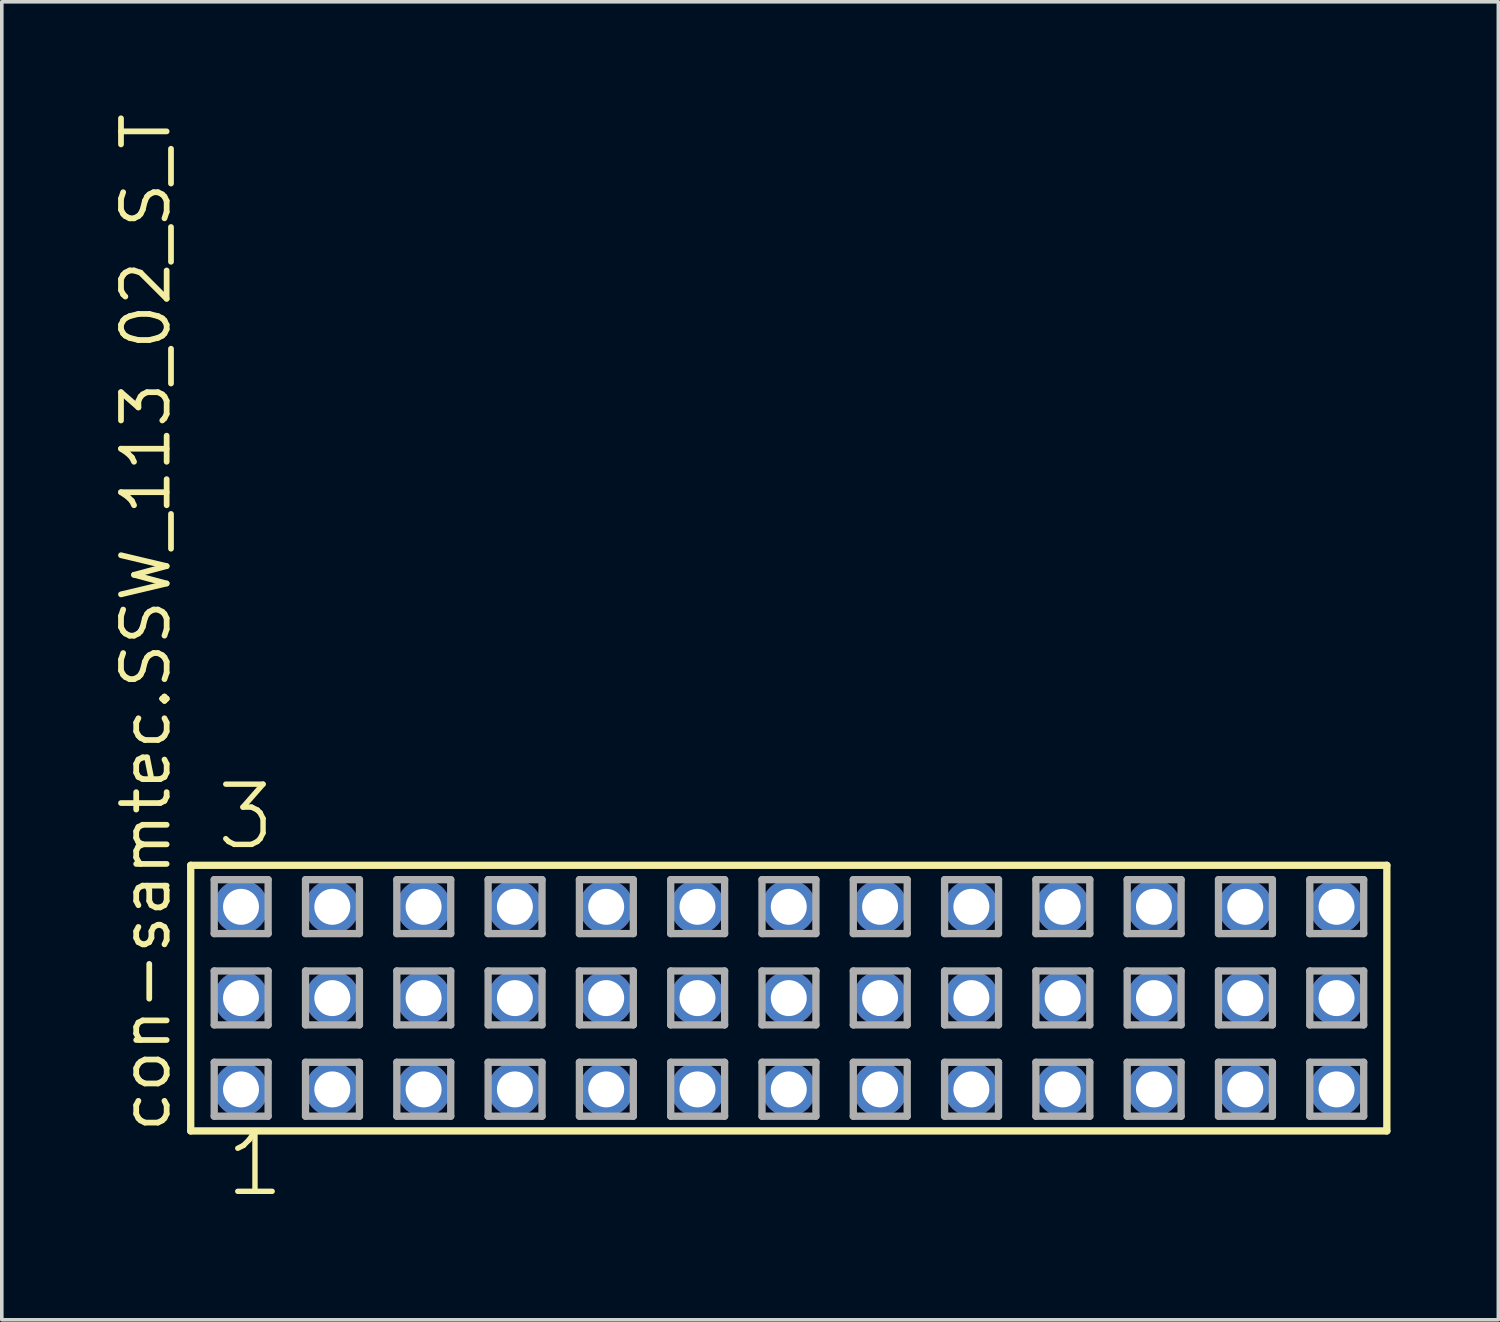
<source format=kicad_pcb>
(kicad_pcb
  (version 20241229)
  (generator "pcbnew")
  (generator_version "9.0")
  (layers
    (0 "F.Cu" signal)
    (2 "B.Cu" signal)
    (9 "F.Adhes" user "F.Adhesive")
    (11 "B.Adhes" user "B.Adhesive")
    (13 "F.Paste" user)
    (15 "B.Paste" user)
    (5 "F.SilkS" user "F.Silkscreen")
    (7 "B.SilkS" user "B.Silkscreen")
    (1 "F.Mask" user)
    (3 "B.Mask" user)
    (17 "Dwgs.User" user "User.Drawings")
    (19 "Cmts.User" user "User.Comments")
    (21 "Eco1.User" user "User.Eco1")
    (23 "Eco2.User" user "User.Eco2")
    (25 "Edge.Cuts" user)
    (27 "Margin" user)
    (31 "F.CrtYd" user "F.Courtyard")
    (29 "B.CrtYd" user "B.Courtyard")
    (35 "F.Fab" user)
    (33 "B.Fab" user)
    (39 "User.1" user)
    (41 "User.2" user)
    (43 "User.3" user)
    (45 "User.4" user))
  (footprint "con-samtec.SSW_113_02_S_T"
    (layer "F.Cu")
    (at 18.895 24.719)
    (property "Reference" "con-samtec.SSW_113_02_S_T" (at -17.145 3.81 90) (layer "F.SilkS") (effects (font (size 1.27 1.27) (thickness 0.16)) (justify left bottom)))
    (attr through_hole)
    (fp_line (start -16.639 -3.695) (end 16.639 -3.695) (stroke (width 0.203) (type default)) (layer "F.SilkS"))
    (fp_line (start -16.639 3.695) (end -16.639 -3.695) (stroke (width 0.203) (type default)) (layer "F.SilkS"))
    (fp_line (start 16.639 -3.695) (end 16.639 3.695) (stroke (width 0.203) (type default)) (layer "F.SilkS"))
    (fp_line (start 16.639 3.695) (end -16.639 3.695) (stroke (width 0.203) (type default)) (layer "F.SilkS"))
    (fp_line (start -15.985 -3.295) (end -14.485 -3.295) (stroke (width 0.203) (type default)) (layer "F.Fab"))
    (fp_line (start -15.985 -1.795) (end -15.985 -3.295) (stroke (width 0.203) (type default)) (layer "F.Fab"))
    (fp_line (start -15.985 -0.755) (end -14.485 -0.755) (stroke (width 0.203) (type default)) (layer "F.Fab"))
    (fp_line (start -15.985 0.745) (end -15.985 -0.755) (stroke (width 0.203) (type default)) (layer "F.Fab"))
    (fp_line (start -15.985 1.785) (end -14.485 1.785) (stroke (width 0.203) (type default)) (layer "F.Fab"))
    (fp_line (start -15.985 3.285) (end -15.985 1.785) (stroke (width 0.203) (type default)) (layer "F.Fab"))
    (fp_line (start -14.485 -3.295) (end -14.485 -1.795) (stroke (width 0.203) (type default)) (layer "F.Fab"))
    (fp_line (start -14.485 -1.795) (end -15.985 -1.795) (stroke (width 0.203) (type default)) (layer "F.Fab"))
    (fp_line (start -14.485 -0.755) (end -14.485 0.745) (stroke (width 0.203) (type default)) (layer "F.Fab"))
    (fp_line (start -14.485 0.745) (end -15.985 0.745) (stroke (width 0.203) (type default)) (layer "F.Fab"))
    (fp_line (start -14.485 1.785) (end -14.485 3.285) (stroke (width 0.203) (type default)) (layer "F.Fab"))
    (fp_line (start -14.485 3.285) (end -15.985 3.285) (stroke (width 0.203) (type default)) (layer "F.Fab"))
    (fp_line (start -13.445 -3.295) (end -11.945 -3.295) (stroke (width 0.203) (type default)) (layer "F.Fab"))
    (fp_line (start -13.445 -1.795) (end -13.445 -3.295) (stroke (width 0.203) (type default)) (layer "F.Fab"))
    (fp_line (start -13.445 -0.755) (end -11.945 -0.755) (stroke (width 0.203) (type default)) (layer "F.Fab"))
    (fp_line (start -13.445 0.745) (end -13.445 -0.755) (stroke (width 0.203) (type default)) (layer "F.Fab"))
    (fp_line (start -13.445 1.785) (end -11.945 1.785) (stroke (width 0.203) (type default)) (layer "F.Fab"))
    (fp_line (start -13.445 3.285) (end -13.445 1.785) (stroke (width 0.203) (type default)) (layer "F.Fab"))
    (fp_line (start -11.945 -3.295) (end -11.945 -1.795) (stroke (width 0.203) (type default)) (layer "F.Fab"))
    (fp_line (start -11.945 -1.795) (end -13.445 -1.795) (stroke (width 0.203) (type default)) (layer "F.Fab"))
    (fp_line (start -11.945 -0.755) (end -11.945 0.745) (stroke (width 0.203) (type default)) (layer "F.Fab"))
    (fp_line (start -11.945 0.745) (end -13.445 0.745) (stroke (width 0.203) (type default)) (layer "F.Fab"))
    (fp_line (start -11.945 1.785) (end -11.945 3.285) (stroke (width 0.203) (type default)) (layer "F.Fab"))
    (fp_line (start -11.945 3.285) (end -13.445 3.285) (stroke (width 0.203) (type default)) (layer "F.Fab"))
    (fp_line (start -10.905 -3.295) (end -9.405 -3.295) (stroke (width 0.203) (type default)) (layer "F.Fab"))
    (fp_line (start -10.905 -1.795) (end -10.905 -3.295) (stroke (width 0.203) (type default)) (layer "F.Fab"))
    (fp_line (start -10.905 -0.755) (end -9.405 -0.755) (stroke (width 0.203) (type default)) (layer "F.Fab"))
    (fp_line (start -10.905 0.745) (end -10.905 -0.755) (stroke (width 0.203) (type default)) (layer "F.Fab"))
    (fp_line (start -10.905 1.785) (end -9.405 1.785) (stroke (width 0.203) (type default)) (layer "F.Fab"))
    (fp_line (start -10.905 3.285) (end -10.905 1.785) (stroke (width 0.203) (type default)) (layer "F.Fab"))
    (fp_line (start -9.405 -3.295) (end -9.405 -1.795) (stroke (width 0.203) (type default)) (layer "F.Fab"))
    (fp_line (start -9.405 -1.795) (end -10.905 -1.795) (stroke (width 0.203) (type default)) (layer "F.Fab"))
    (fp_line (start -9.405 -0.755) (end -9.405 0.745) (stroke (width 0.203) (type default)) (layer "F.Fab"))
    (fp_line (start -9.405 0.745) (end -10.905 0.745) (stroke (width 0.203) (type default)) (layer "F.Fab"))
    (fp_line (start -9.405 1.785) (end -9.405 3.285) (stroke (width 0.203) (type default)) (layer "F.Fab"))
    (fp_line (start -9.405 3.285) (end -10.905 3.285) (stroke (width 0.203) (type default)) (layer "F.Fab"))
    (fp_line (start -8.365 -3.295) (end -6.865 -3.295) (stroke (width 0.203) (type default)) (layer "F.Fab"))
    (fp_line (start -8.365 -1.795) (end -8.365 -3.295) (stroke (width 0.203) (type default)) (layer "F.Fab"))
    (fp_line (start -8.365 -0.755) (end -6.865 -0.755) (stroke (width 0.203) (type default)) (layer "F.Fab"))
    (fp_line (start -8.365 0.745) (end -8.365 -0.755) (stroke (width 0.203) (type default)) (layer "F.Fab"))
    (fp_line (start -8.365 1.785) (end -6.865 1.785) (stroke (width 0.203) (type default)) (layer "F.Fab"))
    (fp_line (start -8.365 3.285) (end -8.365 1.785) (stroke (width 0.203) (type default)) (layer "F.Fab"))
    (fp_line (start -6.865 -3.295) (end -6.865 -1.795) (stroke (width 0.203) (type default)) (layer "F.Fab"))
    (fp_line (start -6.865 -1.795) (end -8.365 -1.795) (stroke (width 0.203) (type default)) (layer "F.Fab"))
    (fp_line (start -6.865 -0.755) (end -6.865 0.745) (stroke (width 0.203) (type default)) (layer "F.Fab"))
    (fp_line (start -6.865 0.745) (end -8.365 0.745) (stroke (width 0.203) (type default)) (layer "F.Fab"))
    (fp_line (start -6.865 1.785) (end -6.865 3.285) (stroke (width 0.203) (type default)) (layer "F.Fab"))
    (fp_line (start -6.865 3.285) (end -8.365 3.285) (stroke (width 0.203) (type default)) (layer "F.Fab"))
    (fp_line (start -5.825 -3.295) (end -4.325 -3.295) (stroke (width 0.203) (type default)) (layer "F.Fab"))
    (fp_line (start -5.825 -1.795) (end -5.825 -3.295) (stroke (width 0.203) (type default)) (layer "F.Fab"))
    (fp_line (start -5.825 -0.755) (end -4.325 -0.755) (stroke (width 0.203) (type default)) (layer "F.Fab"))
    (fp_line (start -5.825 0.745) (end -5.825 -0.755) (stroke (width 0.203) (type default)) (layer "F.Fab"))
    (fp_line (start -5.825 1.785) (end -4.325 1.785) (stroke (width 0.203) (type default)) (layer "F.Fab"))
    (fp_line (start -5.825 3.285) (end -5.825 1.785) (stroke (width 0.203) (type default)) (layer "F.Fab"))
    (fp_line (start -4.325 -3.295) (end -4.325 -1.795) (stroke (width 0.203) (type default)) (layer "F.Fab"))
    (fp_line (start -4.325 -1.795) (end -5.825 -1.795) (stroke (width 0.203) (type default)) (layer "F.Fab"))
    (fp_line (start -4.325 -0.755) (end -4.325 0.745) (stroke (width 0.203) (type default)) (layer "F.Fab"))
    (fp_line (start -4.325 0.745) (end -5.825 0.745) (stroke (width 0.203) (type default)) (layer "F.Fab"))
    (fp_line (start -4.325 1.785) (end -4.325 3.285) (stroke (width 0.203) (type default)) (layer "F.Fab"))
    (fp_line (start -4.325 3.285) (end -5.825 3.285) (stroke (width 0.203) (type default)) (layer "F.Fab"))
    (fp_line (start -3.285 -3.295) (end -1.785 -3.295) (stroke (width 0.203) (type default)) (layer "F.Fab"))
    (fp_line (start -3.285 -1.795) (end -3.285 -3.295) (stroke (width 0.203) (type default)) (layer "F.Fab"))
    (fp_line (start -3.285 -0.755) (end -1.785 -0.755) (stroke (width 0.203) (type default)) (layer "F.Fab"))
    (fp_line (start -3.285 0.745) (end -3.285 -0.755) (stroke (width 0.203) (type default)) (layer "F.Fab"))
    (fp_line (start -3.285 1.785) (end -1.785 1.785) (stroke (width 0.203) (type default)) (layer "F.Fab"))
    (fp_line (start -3.285 3.285) (end -3.285 1.785) (stroke (width 0.203) (type default)) (layer "F.Fab"))
    (fp_line (start -1.785 -3.295) (end -1.785 -1.795) (stroke (width 0.203) (type default)) (layer "F.Fab"))
    (fp_line (start -1.785 -1.795) (end -3.285 -1.795) (stroke (width 0.203) (type default)) (layer "F.Fab"))
    (fp_line (start -1.785 -0.755) (end -1.785 0.745) (stroke (width 0.203) (type default)) (layer "F.Fab"))
    (fp_line (start -1.785 0.745) (end -3.285 0.745) (stroke (width 0.203) (type default)) (layer "F.Fab"))
    (fp_line (start -1.785 1.785) (end -1.785 3.285) (stroke (width 0.203) (type default)) (layer "F.Fab"))
    (fp_line (start -1.785 3.285) (end -3.285 3.285) (stroke (width 0.203) (type default)) (layer "F.Fab"))
    (fp_line (start -0.745 -3.295) (end 0.755 -3.295) (stroke (width 0.203) (type default)) (layer "F.Fab"))
    (fp_line (start -0.745 -1.795) (end -0.745 -3.295) (stroke (width 0.203) (type default)) (layer "F.Fab"))
    (fp_line (start -0.745 -0.755) (end 0.755 -0.755) (stroke (width 0.203) (type default)) (layer "F.Fab"))
    (fp_line (start -0.745 0.745) (end -0.745 -0.755) (stroke (width 0.203) (type default)) (layer "F.Fab"))
    (fp_line (start -0.745 1.785) (end 0.755 1.785) (stroke (width 0.203) (type default)) (layer "F.Fab"))
    (fp_line (start -0.745 3.285) (end -0.745 1.785) (stroke (width 0.203) (type default)) (layer "F.Fab"))
    (fp_line (start 0.755 -3.295) (end 0.755 -1.795) (stroke (width 0.203) (type default)) (layer "F.Fab"))
    (fp_line (start 0.755 -1.795) (end -0.745 -1.795) (stroke (width 0.203) (type default)) (layer "F.Fab"))
    (fp_line (start 0.755 -0.755) (end 0.755 0.745) (stroke (width 0.203) (type default)) (layer "F.Fab"))
    (fp_line (start 0.755 0.745) (end -0.745 0.745) (stroke (width 0.203) (type default)) (layer "F.Fab"))
    (fp_line (start 0.755 1.785) (end 0.755 3.285) (stroke (width 0.203) (type default)) (layer "F.Fab"))
    (fp_line (start 0.755 3.285) (end -0.745 3.285) (stroke (width 0.203) (type default)) (layer "F.Fab"))
    (fp_line (start 1.795 -3.295) (end 3.295 -3.295) (stroke (width 0.203) (type default)) (layer "F.Fab"))
    (fp_line (start 1.795 -1.795) (end 1.795 -3.295) (stroke (width 0.203) (type default)) (layer "F.Fab"))
    (fp_line (start 1.795 -0.755) (end 3.295 -0.755) (stroke (width 0.203) (type default)) (layer "F.Fab"))
    (fp_line (start 1.795 0.745) (end 1.795 -0.755) (stroke (width 0.203) (type default)) (layer "F.Fab"))
    (fp_line (start 1.795 1.785) (end 3.295 1.785) (stroke (width 0.203) (type default)) (layer "F.Fab"))
    (fp_line (start 1.795 3.285) (end 1.795 1.785) (stroke (width 0.203) (type default)) (layer "F.Fab"))
    (fp_line (start 3.295 -3.295) (end 3.295 -1.795) (stroke (width 0.203) (type default)) (layer "F.Fab"))
    (fp_line (start 3.295 -1.795) (end 1.795 -1.795) (stroke (width 0.203) (type default)) (layer "F.Fab"))
    (fp_line (start 3.295 -0.755) (end 3.295 0.745) (stroke (width 0.203) (type default)) (layer "F.Fab"))
    (fp_line (start 3.295 0.745) (end 1.795 0.745) (stroke (width 0.203) (type default)) (layer "F.Fab"))
    (fp_line (start 3.295 1.785) (end 3.295 3.285) (stroke (width 0.203) (type default)) (layer "F.Fab"))
    (fp_line (start 3.295 3.285) (end 1.795 3.285) (stroke (width 0.203) (type default)) (layer "F.Fab"))
    (fp_line (start 4.335 -3.295) (end 5.835 -3.295) (stroke (width 0.203) (type default)) (layer "F.Fab"))
    (fp_line (start 4.335 -1.795) (end 4.335 -3.295) (stroke (width 0.203) (type default)) (layer "F.Fab"))
    (fp_line (start 4.335 -0.755) (end 5.835 -0.755) (stroke (width 0.203) (type default)) (layer "F.Fab"))
    (fp_line (start 4.335 0.745) (end 4.335 -0.755) (stroke (width 0.203) (type default)) (layer "F.Fab"))
    (fp_line (start 4.335 1.785) (end 5.835 1.785) (stroke (width 0.203) (type default)) (layer "F.Fab"))
    (fp_line (start 4.335 3.285) (end 4.335 1.785) (stroke (width 0.203) (type default)) (layer "F.Fab"))
    (fp_line (start 5.835 -3.295) (end 5.835 -1.795) (stroke (width 0.203) (type default)) (layer "F.Fab"))
    (fp_line (start 5.835 -1.795) (end 4.335 -1.795) (stroke (width 0.203) (type default)) (layer "F.Fab"))
    (fp_line (start 5.835 -0.755) (end 5.835 0.745) (stroke (width 0.203) (type default)) (layer "F.Fab"))
    (fp_line (start 5.835 0.745) (end 4.335 0.745) (stroke (width 0.203) (type default)) (layer "F.Fab"))
    (fp_line (start 5.835 1.785) (end 5.835 3.285) (stroke (width 0.203) (type default)) (layer "F.Fab"))
    (fp_line (start 5.835 3.285) (end 4.335 3.285) (stroke (width 0.203) (type default)) (layer "F.Fab"))
    (fp_line (start 6.875 -3.295) (end 8.375 -3.295) (stroke (width 0.203) (type default)) (layer "F.Fab"))
    (fp_line (start 6.875 -1.795) (end 6.875 -3.295) (stroke (width 0.203) (type default)) (layer "F.Fab"))
    (fp_line (start 6.875 -0.755) (end 8.375 -0.755) (stroke (width 0.203) (type default)) (layer "F.Fab"))
    (fp_line (start 6.875 0.745) (end 6.875 -0.755) (stroke (width 0.203) (type default)) (layer "F.Fab"))
    (fp_line (start 6.875 1.785) (end 8.375 1.785) (stroke (width 0.203) (type default)) (layer "F.Fab"))
    (fp_line (start 6.875 3.285) (end 6.875 1.785) (stroke (width 0.203) (type default)) (layer "F.Fab"))
    (fp_line (start 8.375 -3.295) (end 8.375 -1.795) (stroke (width 0.203) (type default)) (layer "F.Fab"))
    (fp_line (start 8.375 -1.795) (end 6.875 -1.795) (stroke (width 0.203) (type default)) (layer "F.Fab"))
    (fp_line (start 8.375 -0.755) (end 8.375 0.745) (stroke (width 0.203) (type default)) (layer "F.Fab"))
    (fp_line (start 8.375 0.745) (end 6.875 0.745) (stroke (width 0.203) (type default)) (layer "F.Fab"))
    (fp_line (start 8.375 1.785) (end 8.375 3.285) (stroke (width 0.203) (type default)) (layer "F.Fab"))
    (fp_line (start 8.375 3.285) (end 6.875 3.285) (stroke (width 0.203) (type default)) (layer "F.Fab"))
    (fp_line (start 9.415 -3.295) (end 10.915 -3.295) (stroke (width 0.203) (type default)) (layer "F.Fab"))
    (fp_line (start 9.415 -1.795) (end 9.415 -3.295) (stroke (width 0.203) (type default)) (layer "F.Fab"))
    (fp_line (start 9.415 -0.755) (end 10.915 -0.755) (stroke (width 0.203) (type default)) (layer "F.Fab"))
    (fp_line (start 9.415 0.745) (end 9.415 -0.755) (stroke (width 0.203) (type default)) (layer "F.Fab"))
    (fp_line (start 9.415 1.785) (end 10.915 1.785) (stroke (width 0.203) (type default)) (layer "F.Fab"))
    (fp_line (start 9.415 3.285) (end 9.415 1.785) (stroke (width 0.203) (type default)) (layer "F.Fab"))
    (fp_line (start 10.915 -3.295) (end 10.915 -1.795) (stroke (width 0.203) (type default)) (layer "F.Fab"))
    (fp_line (start 10.915 -1.795) (end 9.415 -1.795) (stroke (width 0.203) (type default)) (layer "F.Fab"))
    (fp_line (start 10.915 -0.755) (end 10.915 0.745) (stroke (width 0.203) (type default)) (layer "F.Fab"))
    (fp_line (start 10.915 0.745) (end 9.415 0.745) (stroke (width 0.203) (type default)) (layer "F.Fab"))
    (fp_line (start 10.915 1.785) (end 10.915 3.285) (stroke (width 0.203) (type default)) (layer "F.Fab"))
    (fp_line (start 10.915 3.285) (end 9.415 3.285) (stroke (width 0.203) (type default)) (layer "F.Fab"))
    (fp_line (start 11.955 -3.295) (end 13.455 -3.295) (stroke (width 0.203) (type default)) (layer "F.Fab"))
    (fp_line (start 11.955 -1.795) (end 11.955 -3.295) (stroke (width 0.203) (type default)) (layer "F.Fab"))
    (fp_line (start 11.955 -0.755) (end 13.455 -0.755) (stroke (width 0.203) (type default)) (layer "F.Fab"))
    (fp_line (start 11.955 0.745) (end 11.955 -0.755) (stroke (width 0.203) (type default)) (layer "F.Fab"))
    (fp_line (start 11.955 1.785) (end 13.455 1.785) (stroke (width 0.203) (type default)) (layer "F.Fab"))
    (fp_line (start 11.955 3.285) (end 11.955 1.785) (stroke (width 0.203) (type default)) (layer "F.Fab"))
    (fp_line (start 13.455 -3.295) (end 13.455 -1.795) (stroke (width 0.203) (type default)) (layer "F.Fab"))
    (fp_line (start 13.455 -1.795) (end 11.955 -1.795) (stroke (width 0.203) (type default)) (layer "F.Fab"))
    (fp_line (start 13.455 -0.755) (end 13.455 0.745) (stroke (width 0.203) (type default)) (layer "F.Fab"))
    (fp_line (start 13.455 0.745) (end 11.955 0.745) (stroke (width 0.203) (type default)) (layer "F.Fab"))
    (fp_line (start 13.455 1.785) (end 13.455 3.285) (stroke (width 0.203) (type default)) (layer "F.Fab"))
    (fp_line (start 13.455 3.285) (end 11.955 3.285) (stroke (width 0.203) (type default)) (layer "F.Fab"))
    (fp_line (start 14.495 -3.295) (end 15.995 -3.295) (stroke (width 0.203) (type default)) (layer "F.Fab"))
    (fp_line (start 14.495 -1.795) (end 14.495 -3.295) (stroke (width 0.203) (type default)) (layer "F.Fab"))
    (fp_line (start 14.495 -0.755) (end 15.995 -0.755) (stroke (width 0.203) (type default)) (layer "F.Fab"))
    (fp_line (start 14.495 0.745) (end 14.495 -0.755) (stroke (width 0.203) (type default)) (layer "F.Fab"))
    (fp_line (start 14.495 1.785) (end 15.995 1.785) (stroke (width 0.203) (type default)) (layer "F.Fab"))
    (fp_line (start 14.495 3.285) (end 14.495 1.785) (stroke (width 0.203) (type default)) (layer "F.Fab"))
    (fp_line (start 15.995 -3.295) (end 15.995 -1.795) (stroke (width 0.203) (type default)) (layer "F.Fab"))
    (fp_line (start 15.995 -1.795) (end 14.495 -1.795) (stroke (width 0.203) (type default)) (layer "F.Fab"))
    (fp_line (start 15.995 -0.755) (end 15.995 0.745) (stroke (width 0.203) (type default)) (layer "F.Fab"))
    (fp_line (start 15.995 0.745) (end 14.495 0.745) (stroke (width 0.203) (type default)) (layer "F.Fab"))
    (fp_line (start 15.995 1.785) (end 15.995 3.285) (stroke (width 0.203) (type default)) (layer "F.Fab"))
    (fp_line (start 15.995 3.285) (end 14.495 3.285) (stroke (width 0.203) (type default)) (layer "F.Fab"))
    (fp_text user "3" (at -16.002 -4.064 0) (layer "F.SilkS") (effects (font (size 1.676 1.676) (thickness 0.15)) (justify left bottom)))
    (fp_text user "1" (at -15.748 5.588 0) (layer "F.SilkS") (effects (font (size 1.676 1.676) (thickness 0.15)) (justify left bottom)))
    (pad "1" thru_hole circle (at -15.24 2.54) (size 1.5 1.5) (drill 1) (layers "*.Cu" "*.Mask"))
    (pad "2" thru_hole circle (at -15.24 0) (size 1.5 1.5) (drill 1) (layers "*.Cu" "*.Mask"))
    (pad "3" thru_hole circle (at -15.24 -2.54) (size 1.5 1.5) (drill 1) (layers "*.Cu" "*.Mask"))
    (pad "4" thru_hole circle (at -12.7 2.54) (size 1.5 1.5) (drill 1) (layers "*.Cu" "*.Mask"))
    (pad "5" thru_hole circle (at -12.7 0) (size 1.5 1.5) (drill 1) (layers "*.Cu" "*.Mask"))
    (pad "6" thru_hole circle (at -12.7 -2.54) (size 1.5 1.5) (drill 1) (layers "*.Cu" "*.Mask"))
    (pad "7" thru_hole circle (at -10.16 2.54) (size 1.5 1.5) (drill 1) (layers "*.Cu" "*.Mask"))
    (pad "8" thru_hole circle (at -10.16 0) (size 1.5 1.5) (drill 1) (layers "*.Cu" "*.Mask"))
    (pad "9" thru_hole circle (at -10.16 -2.54) (size 1.5 1.5) (drill 1) (layers "*.Cu" "*.Mask"))
    (pad "10" thru_hole circle (at -7.62 2.54) (size 1.5 1.5) (drill 1) (layers "*.Cu" "*.Mask"))
    (pad "11" thru_hole circle (at -7.62 0) (size 1.5 1.5) (drill 1) (layers "*.Cu" "*.Mask"))
    (pad "12" thru_hole circle (at -7.62 -2.54) (size 1.5 1.5) (drill 1) (layers "*.Cu" "*.Mask"))
    (pad "13" thru_hole circle (at -5.08 2.54) (size 1.5 1.5) (drill 1) (layers "*.Cu" "*.Mask"))
    (pad "14" thru_hole circle (at -5.08 0) (size 1.5 1.5) (drill 1) (layers "*.Cu" "*.Mask"))
    (pad "15" thru_hole circle (at -5.08 -2.54) (size 1.5 1.5) (drill 1) (layers "*.Cu" "*.Mask"))
    (pad "16" thru_hole circle (at -2.54 2.54) (size 1.5 1.5) (drill 1) (layers "*.Cu" "*.Mask"))
    (pad "17" thru_hole circle (at -2.54 0) (size 1.5 1.5) (drill 1) (layers "*.Cu" "*.Mask"))
    (pad "18" thru_hole circle (at -2.54 -2.54) (size 1.5 1.5) (drill 1) (layers "*.Cu" "*.Mask"))
    (pad "19" thru_hole circle (at 0 2.54) (size 1.5 1.5) (drill 1) (layers "*.Cu" "*.Mask"))
    (pad "20" thru_hole circle (at 0 0) (size 1.5 1.5) (drill 1) (layers "*.Cu" "*.Mask"))
    (pad "21" thru_hole circle (at 0 -2.54) (size 1.5 1.5) (drill 1) (layers "*.Cu" "*.Mask"))
    (pad "22" thru_hole circle (at 2.54 2.54) (size 1.5 1.5) (drill 1) (layers "*.Cu" "*.Mask"))
    (pad "23" thru_hole circle (at 2.54 0) (size 1.5 1.5) (drill 1) (layers "*.Cu" "*.Mask"))
    (pad "24" thru_hole circle (at 2.54 -2.54) (size 1.5 1.5) (drill 1) (layers "*.Cu" "*.Mask"))
    (pad "25" thru_hole circle (at 5.08 2.54) (size 1.5 1.5) (drill 1) (layers "*.Cu" "*.Mask"))
    (pad "26" thru_hole circle (at 5.08 0) (size 1.5 1.5) (drill 1) (layers "*.Cu" "*.Mask"))
    (pad "27" thru_hole circle (at 5.08 -2.54) (size 1.5 1.5) (drill 1) (layers "*.Cu" "*.Mask"))
    (pad "28" thru_hole circle (at 7.62 2.54) (size 1.5 1.5) (drill 1) (layers "*.Cu" "*.Mask"))
    (pad "29" thru_hole circle (at 7.62 0) (size 1.5 1.5) (drill 1) (layers "*.Cu" "*.Mask"))
    (pad "30" thru_hole circle (at 7.62 -2.54) (size 1.5 1.5) (drill 1) (layers "*.Cu" "*.Mask"))
    (pad "31" thru_hole circle (at 10.16 2.54) (size 1.5 1.5) (drill 1) (layers "*.Cu" "*.Mask"))
    (pad "32" thru_hole circle (at 10.16 0) (size 1.5 1.5) (drill 1) (layers "*.Cu" "*.Mask"))
    (pad "33" thru_hole circle (at 10.16 -2.54) (size 1.5 1.5) (drill 1) (layers "*.Cu" "*.Mask"))
    (pad "34" thru_hole circle (at 12.7 2.54) (size 1.5 1.5) (drill 1) (layers "*.Cu" "*.Mask"))
    (pad "35" thru_hole circle (at 12.7 0) (size 1.5 1.5) (drill 1) (layers "*.Cu" "*.Mask"))
    (pad "36" thru_hole circle (at 12.7 -2.54) (size 1.5 1.5) (drill 1) (layers "*.Cu" "*.Mask"))
    (pad "37" thru_hole circle (at 15.24 2.54) (size 1.5 1.5) (drill 1) (layers "*.Cu" "*.Mask"))
    (pad "38" thru_hole circle (at 15.24 0) (size 1.5 1.5) (drill 1) (layers "*.Cu" "*.Mask"))
    (pad "39" thru_hole circle (at 15.24 -2.54) (size 1.5 1.5) (drill 1) (layers "*.Cu" "*.Mask")))
  (gr_rect
    (start -3 -3)
    (end 38.636 33.668)
    (stroke (width 0.1) (type default))
    (fill no)
    (layer "Edge.Cuts")))
</source>
